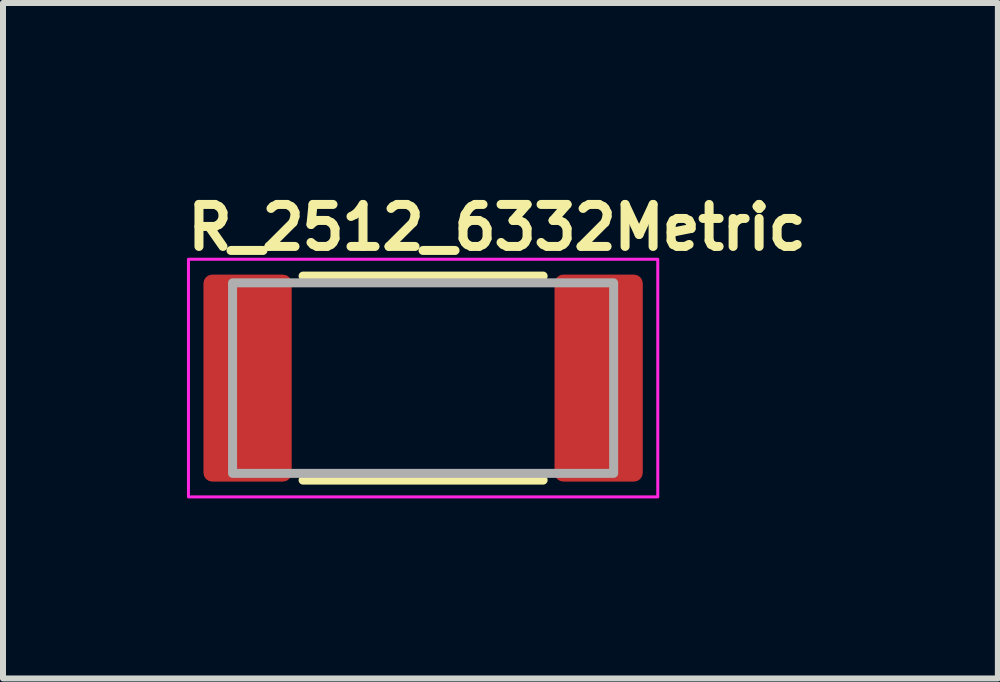
<source format=kicad_pcb>
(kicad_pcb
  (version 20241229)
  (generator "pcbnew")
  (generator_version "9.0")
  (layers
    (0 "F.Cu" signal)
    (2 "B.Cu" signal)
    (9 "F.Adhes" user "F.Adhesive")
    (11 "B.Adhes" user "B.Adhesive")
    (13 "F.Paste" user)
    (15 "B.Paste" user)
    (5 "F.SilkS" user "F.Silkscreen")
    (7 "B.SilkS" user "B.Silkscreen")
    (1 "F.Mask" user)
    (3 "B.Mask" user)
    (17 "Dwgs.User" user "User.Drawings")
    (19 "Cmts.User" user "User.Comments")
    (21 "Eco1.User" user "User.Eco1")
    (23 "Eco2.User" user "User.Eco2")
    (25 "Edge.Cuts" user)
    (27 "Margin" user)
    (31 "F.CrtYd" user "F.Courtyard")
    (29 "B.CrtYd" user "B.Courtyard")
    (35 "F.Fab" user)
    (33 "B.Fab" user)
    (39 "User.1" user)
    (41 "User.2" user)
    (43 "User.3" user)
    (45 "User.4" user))
  (footprint "R_2512_6332Metric"
    (layer "F.Cu")
    (at 4 3.25)
    (property "Reference" "R_2512_6332Metric" (at -4 -2.1 0) (layer "F.SilkS") (effects (font (size 0.7 0.7) (thickness 0.15)) (justify left bottom)))
    (attr smd)
    (fp_line (start -2 -1.7) (end 2 -1.7) (stroke (width 0.15) (type solid)) (layer "F.SilkS"))
    (fp_line (start -2 1.7) (end 2 1.7) (stroke (width 0.15) (type solid)) (layer "F.SilkS"))
    (fp_rect (start -3.91 -1.98) (end 3.91 1.98) (stroke (width 0.05) (type solid)) (fill no) (layer "F.CrtYd"))
    (fp_rect (start -3.175 -1.587) (end 3.175 1.587) (stroke (width 0.15) (type solid)) (fill no) (layer "F.Fab"))
    (fp_rect (start -3.175 -1.587) (end 3.175 1.587) (stroke (width 0.1) (type solid)) (fill no) (layer "User.5"))
    (fp_line (start -3.175 1.587) (end -3.175 -1.587) (stroke (width 0.02) (type solid)) (layer "User.9"))
    (fp_line (start -2.413 -1.587) (end -3.175 -1.587) (stroke (width 0.02) (type solid)) (layer "User.9"))
    (fp_line (start -2.413 -1.587) (end -2.413 1.587) (stroke (width 0.02) (type solid)) (layer "User.9"))
    (fp_line (start -2.413 1.587) (end -3.175 1.587) (stroke (width 0.02) (type solid)) (layer "User.9"))
    (fp_line (start -2.413 1.587) (end -2.413 -1.587) (stroke (width 0.02) (type solid)) (layer "User.9"))
    (fp_line (start 2.413 -1.587) (end -2.413 -1.587) (stroke (width 0.02) (type solid)) (layer "User.9"))
    (fp_line (start 2.413 -1.587) (end 3.175 -1.587) (stroke (width 0.02) (type solid)) (layer "User.9"))
    (fp_line (start 2.413 1.587) (end -2.413 1.587) (stroke (width 0.02) (type solid)) (layer "User.9"))
    (fp_line (start 2.413 1.587) (end 2.413 -1.587) (stroke (width 0.02) (type solid)) (layer "User.9"))
    (fp_line (start 2.413 1.587) (end 2.413 -1.587) (stroke (width 0.02) (type solid)) (layer "User.9"))
    (fp_line (start 2.413 1.587) (end 3.175 1.587) (stroke (width 0.02) (type solid)) (layer "User.9"))
    (fp_line (start 3.175 1.587) (end 3.175 -1.587) (stroke (width 0.02) (type solid)) (layer "User.9"))
    (pad "1" smd roundrect (at -2.925 0) (size 1.47 3.45) (layers "F.Cu" "F.Mask" "F.Paste") (roundrect_rratio 0.1))
    (pad "2" smd roundrect (at 2.925 0) (size 1.47 3.45) (layers "F.Cu" "F.Mask" "F.Paste") (roundrect_rratio 0.1)))
  (gr_rect
    (start -3 -3)
    (end 13.577 8.255)
    (stroke (width 0.1) (type default))
    (fill no)
    (layer "Edge.Cuts")))
</source>
